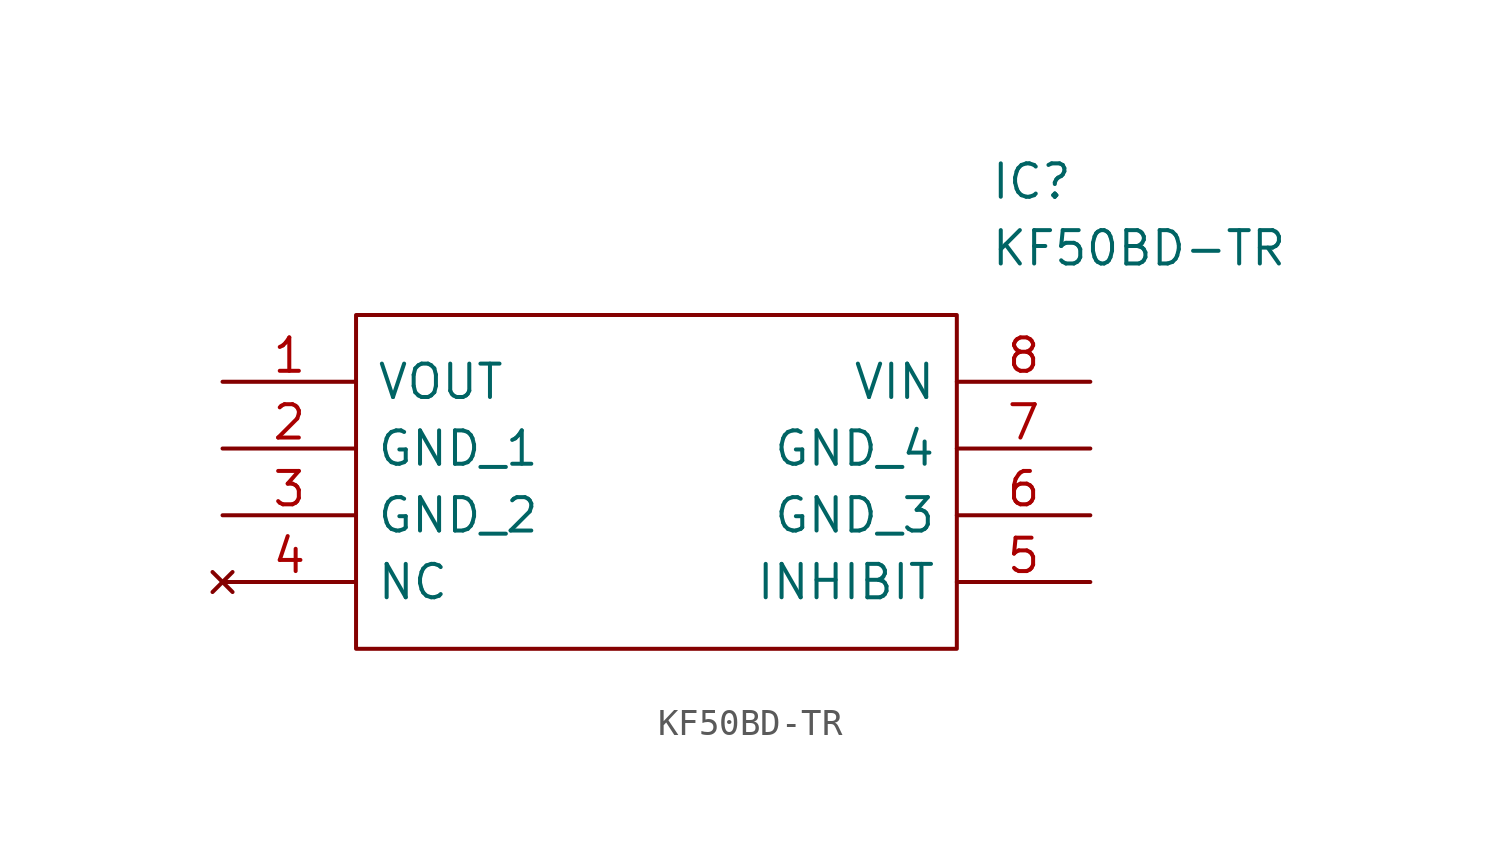
<source format=kicad_sym>
(kicad_symbol_lib
  (version 20211014)
  (generator kicad_symbol_editor)
  (symbol "KF50BD-TR"
    (pin_names
      (offset 0.762))
    (property "Reference" "IC"
      (at 29.21 7.62 0)
      (effects (font (size 1.27 1.27)) (justify left)))
    (property "Value" "KF50BD-TR"
      (at 29.21 5.08 0)
      (effects (font (size 1.27 1.27)) (justify left)))
    (symbol "KF50BD-TR_0_0"
      (pin output line (at 0 0 0) (length 5.08) (name "VOUT" (effects (font (size 1.27 1.27)))) (number "1" (effects (font (size 1.27 1.27)))))
      (pin power_in line (at 0 -2.54 0) (length 5.08) (name "GND_1" (effects (font (size 1.27 1.27)))) (number "2" (effects (font (size 1.27 1.27)))))
      (pin power_in line (at 0 -5.08 0) (length 5.08) (name "GND_2" (effects (font (size 1.27 1.27)))) (number "3" (effects (font (size 1.27 1.27)))))
      (pin no_connect line (at 0 -7.62 0) (length 5.08) (name "NC" (effects (font (size 1.27 1.27)))) (number "4" (effects (font (size 1.27 1.27)))))
      (pin input line (at 33.02 -7.62 180) (length 5.08) (name "INHIBIT" (effects (font (size 1.27 1.27)))) (number "5" (effects (font (size 1.27 1.27)))))
      (pin power_in line (at 33.02 -5.08 180) (length 5.08) (name "GND_3" (effects (font (size 1.27 1.27)))) (number "6" (effects (font (size 1.27 1.27)))))
      (pin power_in line (at 33.02 -2.54 180) (length 5.08) (name "GND_4" (effects (font (size 1.27 1.27)))) (number "7" (effects (font (size 1.27 1.27)))))
      (pin input line (at 33.02 0 180) (length 5.08) (name "VIN" (effects (font (size 1.27 1.27)))) (number "8" (effects (font (size 1.27 1.27))))))
    (symbol "KF50BD-TR_0_1"
      (polyline (pts (xy 5.08 2.54) (xy 27.94 2.54) (xy 27.94 -10.16) (xy 5.08 -10.16) (xy 5.08 2.54)) (stroke (width 0.152) (type default) (color 0 0 0 0)) (fill (type none))))))
</source>
